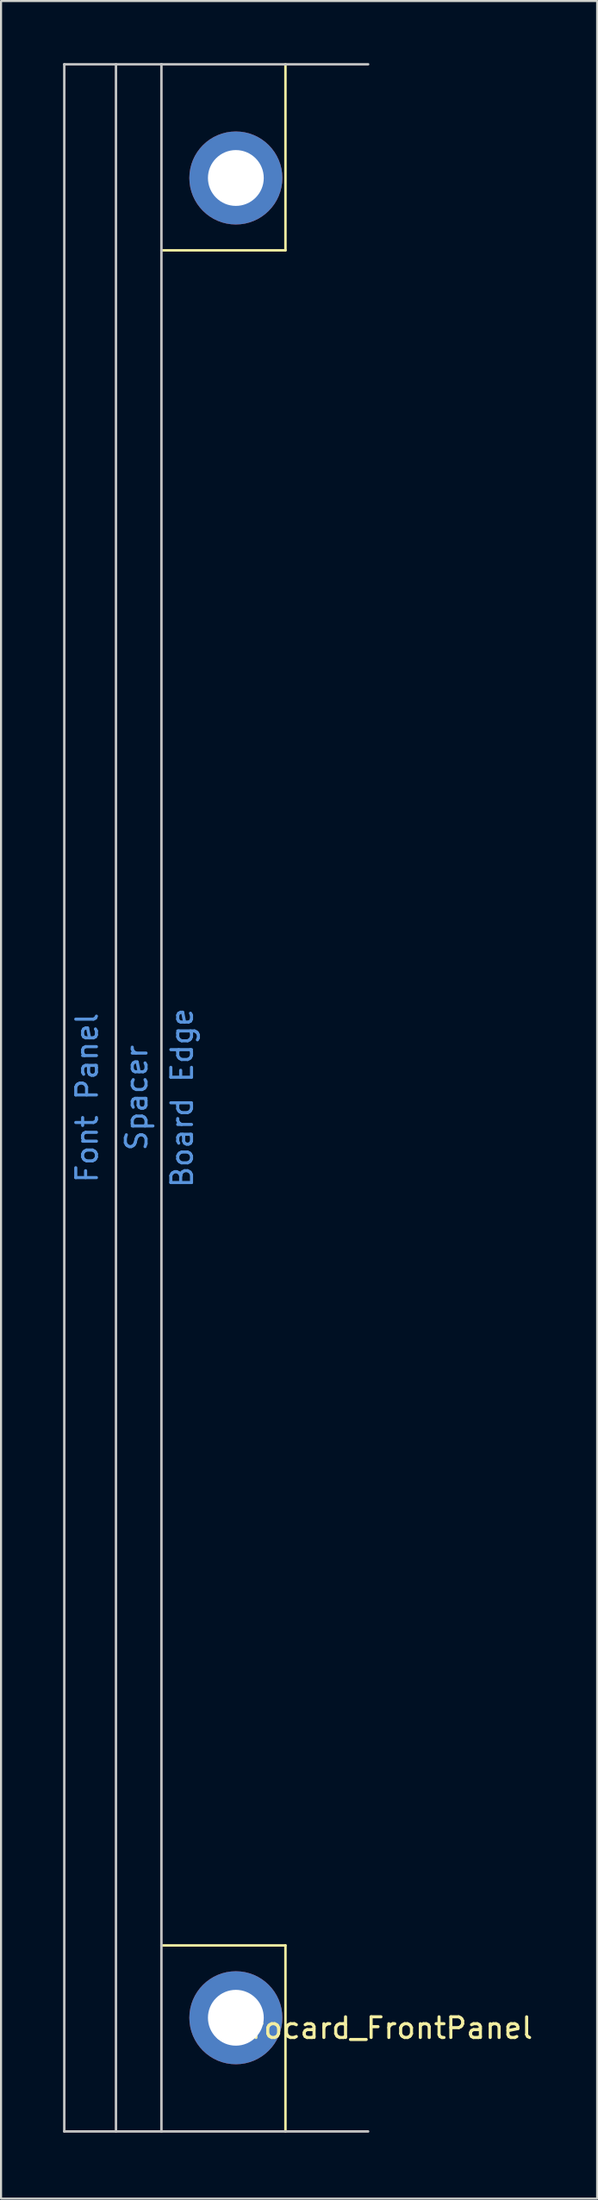
<source format=kicad_pcb>
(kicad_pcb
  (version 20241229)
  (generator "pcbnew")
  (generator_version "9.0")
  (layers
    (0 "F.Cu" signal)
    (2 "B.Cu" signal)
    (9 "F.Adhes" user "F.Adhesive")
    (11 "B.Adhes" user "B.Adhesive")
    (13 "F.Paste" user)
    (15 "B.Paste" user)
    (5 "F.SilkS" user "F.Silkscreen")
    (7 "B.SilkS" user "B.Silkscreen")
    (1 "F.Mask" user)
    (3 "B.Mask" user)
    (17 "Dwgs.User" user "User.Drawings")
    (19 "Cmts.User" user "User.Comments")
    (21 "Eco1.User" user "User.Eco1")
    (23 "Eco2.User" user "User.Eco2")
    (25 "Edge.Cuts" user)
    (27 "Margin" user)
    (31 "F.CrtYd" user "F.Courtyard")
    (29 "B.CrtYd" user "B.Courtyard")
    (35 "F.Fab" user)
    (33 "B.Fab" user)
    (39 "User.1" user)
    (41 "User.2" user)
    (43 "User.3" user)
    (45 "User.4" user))
  (footprint "Eurocard_FrontPanel"
    (layer "F.Cu")
    (at 4.76 100.06)
    (property "Reference" "Eurocard_FrontPanel" (at 10.24 -5 0) (layer "F.SilkS") (effects (font (size 1 1) (thickness 0.15))))
    (attr through_hole)
    (fp_line (start 6 -100) (end 6 -91) (stroke (width 0.12) (type solid)) (layer "F.SilkS"))
    (fp_line (start 6 -91) (end 0 -91) (stroke (width 0.12) (type solid)) (layer "F.SilkS"))
    (fp_line (start 6 -9) (end 0 -9) (stroke (width 0.12) (type solid)) (layer "F.SilkS"))
    (fp_line (start 6 0) (end 6 -9) (stroke (width 0.12) (type solid)) (layer "F.SilkS"))
    (fp_line (start -4.7 -100) (end 0 -100) (stroke (width 0.12) (type solid)) (layer "Dwgs.User"))
    (fp_line (start -4.7 0) (end -4.7 -100) (stroke (width 0.12) (type solid)) (layer "Dwgs.User"))
    (fp_line (start -2.2 0) (end -2.2 -100) (stroke (width 0.12) (type solid)) (layer "Dwgs.User"))
    (fp_line (start 0 -100) (end 0 0) (stroke (width 0.12) (type solid)) (layer "Dwgs.User"))
    (fp_line (start 0 -100) (end 10 -100) (stroke (width 0.12) (type solid)) (layer "Dwgs.User"))
    (fp_line (start 0 0) (end -4.7 0) (stroke (width 0.12) (type solid)) (layer "Dwgs.User"))
    (fp_line (start 0 0) (end 10 0) (stroke (width 0.12) (type solid)) (layer "Dwgs.User"))
    (fp_text user "Font Panel" (at -3.6 -50 90) (layer "Cmts.User") (effects (font (size 1 1) (thickness 0.15))))
    (fp_text user "Spacer" (at -1.2 -50 90) (layer "Cmts.User") (effects (font (size 1 1) (thickness 0.15))))
    (fp_text user "Board Edge" (at 1 -50 90) (layer "Cmts.User") (effects (font (size 1 1) (thickness 0.15))))
    (pad "" np_thru_hole circle (at 3.6 -94.5) (size 4.5 4.5) (drill 2.7) (layers "*.Cu" "*.Mask"))
    (pad "" np_thru_hole circle (at 3.6 -5.5) (size 4.5 4.5) (drill 2.7) (layers "*.Cu" "*.Mask")))
  (gr_rect
    (start -3 -3)
    (end 25.839 103.31)
    (stroke (width 0.1) (type default))
    (fill no)
    (layer "Edge.Cuts")))
</source>
